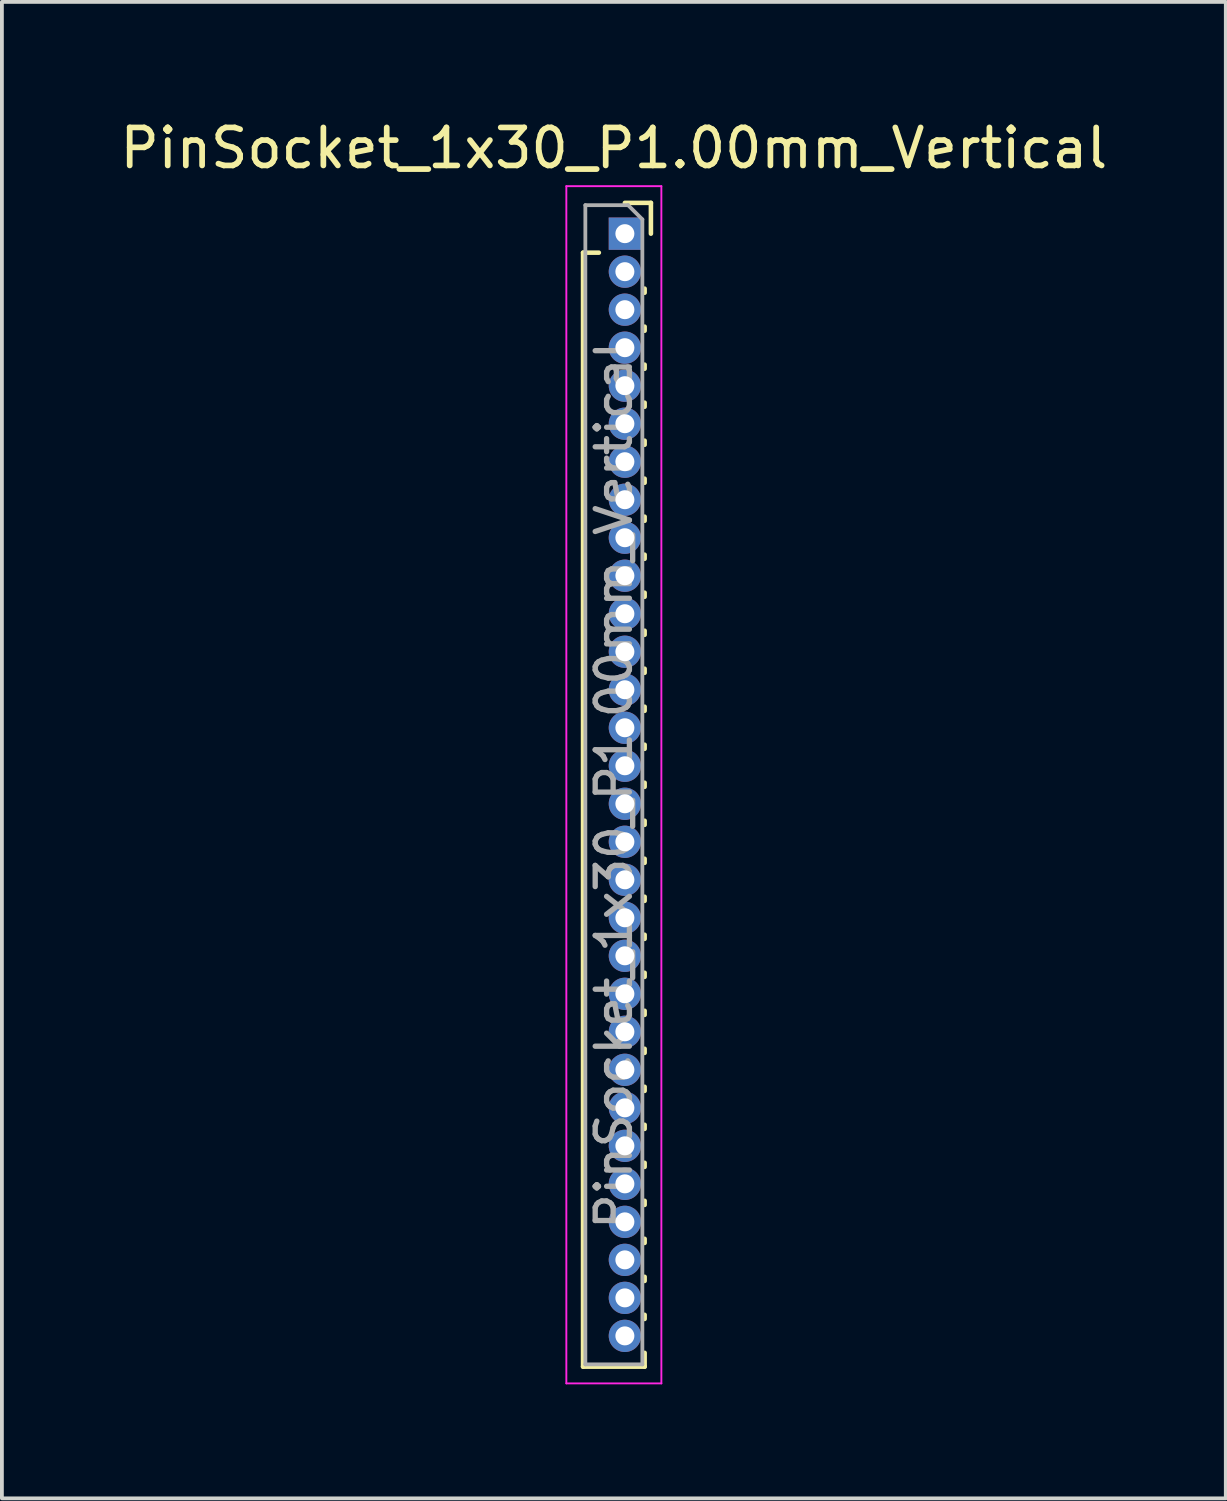
<source format=kicad_pcb>
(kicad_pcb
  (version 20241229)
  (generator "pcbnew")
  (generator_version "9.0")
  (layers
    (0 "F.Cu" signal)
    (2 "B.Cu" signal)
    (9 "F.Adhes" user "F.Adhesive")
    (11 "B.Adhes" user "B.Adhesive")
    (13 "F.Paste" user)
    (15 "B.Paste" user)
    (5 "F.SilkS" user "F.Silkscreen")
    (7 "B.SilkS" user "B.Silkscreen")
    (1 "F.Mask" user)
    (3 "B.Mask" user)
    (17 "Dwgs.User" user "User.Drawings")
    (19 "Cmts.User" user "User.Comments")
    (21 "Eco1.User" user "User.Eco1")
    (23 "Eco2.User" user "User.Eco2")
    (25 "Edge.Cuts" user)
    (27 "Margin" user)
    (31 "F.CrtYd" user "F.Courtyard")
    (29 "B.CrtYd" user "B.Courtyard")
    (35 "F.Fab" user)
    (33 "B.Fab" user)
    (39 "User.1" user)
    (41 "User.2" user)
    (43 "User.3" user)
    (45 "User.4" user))
  (footprint "PinSocket_1x30_P1.00mm_Vertical"
    (layer "F.Cu")
    (at 13.391 3.098)
    (property "Reference" "PinSocket_1x30_P1.00mm_Vertical" (at -0.29 -2.25 0) (layer "F.SilkS") (effects (font (size 1 1) (thickness 0.15))))
    (attr through_hole)
    (fp_line (start -1.1 0.5) (end -1.1 29.81) (stroke (width 0.12) (type solid)) (layer "F.SilkS"))
    (fp_line (start -1.1 0.5) (end -0.685 0.5) (stroke (width 0.12) (type solid)) (layer "F.SilkS"))
    (fp_line (start -1.1 29.81) (end 0.52 29.81) (stroke (width 0.12) (type solid)) (layer "F.SilkS"))
    (fp_line (start 0 -0.81) (end 0.685 -0.81) (stroke (width 0.12) (type solid)) (layer "F.SilkS"))
    (fp_line (start 0.52 1.446) (end 0.52 1.554) (stroke (width 0.12) (type solid)) (layer "F.SilkS"))
    (fp_line (start 0.52 2.446) (end 0.52 2.554) (stroke (width 0.12) (type solid)) (layer "F.SilkS"))
    (fp_line (start 0.52 3.446) (end 0.52 3.554) (stroke (width 0.12) (type solid)) (layer "F.SilkS"))
    (fp_line (start 0.52 4.446) (end 0.52 4.554) (stroke (width 0.12) (type solid)) (layer "F.SilkS"))
    (fp_line (start 0.52 5.446) (end 0.52 5.554) (stroke (width 0.12) (type solid)) (layer "F.SilkS"))
    (fp_line (start 0.52 6.446) (end 0.52 6.554) (stroke (width 0.12) (type solid)) (layer "F.SilkS"))
    (fp_line (start 0.52 7.446) (end 0.52 7.554) (stroke (width 0.12) (type solid)) (layer "F.SilkS"))
    (fp_line (start 0.52 8.446) (end 0.52 8.554) (stroke (width 0.12) (type solid)) (layer "F.SilkS"))
    (fp_line (start 0.52 9.446) (end 0.52 9.554) (stroke (width 0.12) (type solid)) (layer "F.SilkS"))
    (fp_line (start 0.52 10.446) (end 0.52 10.554) (stroke (width 0.12) (type solid)) (layer "F.SilkS"))
    (fp_line (start 0.52 11.446) (end 0.52 11.554) (stroke (width 0.12) (type solid)) (layer "F.SilkS"))
    (fp_line (start 0.52 12.446) (end 0.52 12.554) (stroke (width 0.12) (type solid)) (layer "F.SilkS"))
    (fp_line (start 0.52 13.446) (end 0.52 13.554) (stroke (width 0.12) (type solid)) (layer "F.SilkS"))
    (fp_line (start 0.52 14.446) (end 0.52 14.554) (stroke (width 0.12) (type solid)) (layer "F.SilkS"))
    (fp_line (start 0.52 15.446) (end 0.52 15.554) (stroke (width 0.12) (type solid)) (layer "F.SilkS"))
    (fp_line (start 0.52 16.446) (end 0.52 16.554) (stroke (width 0.12) (type solid)) (layer "F.SilkS"))
    (fp_line (start 0.52 17.446) (end 0.52 17.554) (stroke (width 0.12) (type solid)) (layer "F.SilkS"))
    (fp_line (start 0.52 18.446) (end 0.52 18.554) (stroke (width 0.12) (type solid)) (layer "F.SilkS"))
    (fp_line (start 0.52 19.446) (end 0.52 19.554) (stroke (width 0.12) (type solid)) (layer "F.SilkS"))
    (fp_line (start 0.52 20.446) (end 0.52 20.554) (stroke (width 0.12) (type solid)) (layer "F.SilkS"))
    (fp_line (start 0.52 21.446) (end 0.52 21.554) (stroke (width 0.12) (type solid)) (layer "F.SilkS"))
    (fp_line (start 0.52 22.446) (end 0.52 22.554) (stroke (width 0.12) (type solid)) (layer "F.SilkS"))
    (fp_line (start 0.52 23.446) (end 0.52 23.554) (stroke (width 0.12) (type solid)) (layer "F.SilkS"))
    (fp_line (start 0.52 24.446) (end 0.52 24.554) (stroke (width 0.12) (type solid)) (layer "F.SilkS"))
    (fp_line (start 0.52 25.446) (end 0.52 25.554) (stroke (width 0.12) (type solid)) (layer "F.SilkS"))
    (fp_line (start 0.52 26.446) (end 0.52 26.554) (stroke (width 0.12) (type solid)) (layer "F.SilkS"))
    (fp_line (start 0.52 27.446) (end 0.52 27.554) (stroke (width 0.12) (type solid)) (layer "F.SilkS"))
    (fp_line (start 0.52 28.446) (end 0.52 28.554) (stroke (width 0.12) (type solid)) (layer "F.SilkS"))
    (fp_line (start 0.52 29.446) (end 0.52 29.81) (stroke (width 0.12) (type solid)) (layer "F.SilkS"))
    (fp_line (start 0.685 -0.81) (end 0.685 0) (stroke (width 0.12) (type solid)) (layer "F.SilkS"))
    (fp_line (start -1.54 -1.25) (end 0.96 -1.25) (stroke (width 0.05) (type solid)) (layer "F.CrtYd"))
    (fp_line (start -1.54 30.25) (end -1.54 -1.25) (stroke (width 0.05) (type solid)) (layer "F.CrtYd"))
    (fp_line (start 0.96 -1.25) (end 0.96 30.25) (stroke (width 0.05) (type solid)) (layer "F.CrtYd"))
    (fp_line (start 0.96 30.25) (end -1.54 30.25) (stroke (width 0.05) (type solid)) (layer "F.CrtYd"))
    (fp_line (start -1.04 -0.75) (end 0.085 -0.75) (stroke (width 0.1) (type solid)) (layer "F.Fab"))
    (fp_line (start -1.04 29.75) (end -1.04 -0.75) (stroke (width 0.1) (type solid)) (layer "F.Fab"))
    (fp_line (start 0.085 -0.75) (end 0.46 -0.375) (stroke (width 0.1) (type solid)) (layer "F.Fab"))
    (fp_line (start 0.46 -0.375) (end 0.46 29.75) (stroke (width 0.1) (type solid)) (layer "F.Fab"))
    (fp_line (start 0.46 29.75) (end -1.04 29.75) (stroke (width 0.1) (type solid)) (layer "F.Fab"))
    (fp_text user "${REFERENCE}" (at -0.29 14.5 90) (layer "F.Fab") (effects (font (size 0.9 0.9) (thickness 0.14))))
    (pad "1" thru_hole rect (at 0 0) (size 0.85 0.85) (drill 0.5) (layers "*.Cu" "*.Mask"))
    (pad "2" thru_hole circle (at 0 1) (size 0.85 0.85) (drill 0.5) (layers "*.Cu" "*.Mask"))
    (pad "3" thru_hole circle (at 0 2) (size 0.85 0.85) (drill 0.5) (layers "*.Cu" "*.Mask"))
    (pad "4" thru_hole circle (at 0 3) (size 0.85 0.85) (drill 0.5) (layers "*.Cu" "*.Mask"))
    (pad "5" thru_hole circle (at 0 4) (size 0.85 0.85) (drill 0.5) (layers "*.Cu" "*.Mask"))
    (pad "6" thru_hole circle (at 0 5) (size 0.85 0.85) (drill 0.5) (layers "*.Cu" "*.Mask"))
    (pad "7" thru_hole circle (at 0 6) (size 0.85 0.85) (drill 0.5) (layers "*.Cu" "*.Mask"))
    (pad "8" thru_hole circle (at 0 7) (size 0.85 0.85) (drill 0.5) (layers "*.Cu" "*.Mask"))
    (pad "9" thru_hole circle (at 0 8) (size 0.85 0.85) (drill 0.5) (layers "*.Cu" "*.Mask"))
    (pad "10" thru_hole circle (at 0 9) (size 0.85 0.85) (drill 0.5) (layers "*.Cu" "*.Mask"))
    (pad "11" thru_hole circle (at 0 10) (size 0.85 0.85) (drill 0.5) (layers "*.Cu" "*.Mask"))
    (pad "12" thru_hole circle (at 0 11) (size 0.85 0.85) (drill 0.5) (layers "*.Cu" "*.Mask"))
    (pad "13" thru_hole circle (at 0 12) (size 0.85 0.85) (drill 0.5) (layers "*.Cu" "*.Mask"))
    (pad "14" thru_hole circle (at 0 13) (size 0.85 0.85) (drill 0.5) (layers "*.Cu" "*.Mask"))
    (pad "15" thru_hole circle (at 0 14) (size 0.85 0.85) (drill 0.5) (layers "*.Cu" "*.Mask"))
    (pad "16" thru_hole circle (at 0 15) (size 0.85 0.85) (drill 0.5) (layers "*.Cu" "*.Mask"))
    (pad "17" thru_hole circle (at 0 16) (size 0.85 0.85) (drill 0.5) (layers "*.Cu" "*.Mask"))
    (pad "18" thru_hole circle (at 0 17) (size 0.85 0.85) (drill 0.5) (layers "*.Cu" "*.Mask"))
    (pad "19" thru_hole circle (at 0 18) (size 0.85 0.85) (drill 0.5) (layers "*.Cu" "*.Mask"))
    (pad "20" thru_hole circle (at 0 19) (size 0.85 0.85) (drill 0.5) (layers "*.Cu" "*.Mask"))
    (pad "21" thru_hole circle (at 0 20) (size 0.85 0.85) (drill 0.5) (layers "*.Cu" "*.Mask"))
    (pad "22" thru_hole circle (at 0 21) (size 0.85 0.85) (drill 0.5) (layers "*.Cu" "*.Mask"))
    (pad "23" thru_hole circle (at 0 22) (size 0.85 0.85) (drill 0.5) (layers "*.Cu" "*.Mask"))
    (pad "24" thru_hole circle (at 0 23) (size 0.85 0.85) (drill 0.5) (layers "*.Cu" "*.Mask"))
    (pad "25" thru_hole circle (at 0 24) (size 0.85 0.85) (drill 0.5) (layers "*.Cu" "*.Mask"))
    (pad "26" thru_hole circle (at 0 25) (size 0.85 0.85) (drill 0.5) (layers "*.Cu" "*.Mask"))
    (pad "27" thru_hole circle (at 0 26) (size 0.85 0.85) (drill 0.5) (layers "*.Cu" "*.Mask"))
    (pad "28" thru_hole circle (at 0 27) (size 0.85 0.85) (drill 0.5) (layers "*.Cu" "*.Mask"))
    (pad "29" thru_hole circle (at 0 28) (size 0.85 0.85) (drill 0.5) (layers "*.Cu" "*.Mask"))
    (pad "30" thru_hole circle (at 0 29) (size 0.85 0.85) (drill 0.5) (layers "*.Cu" "*.Mask")))
  (gr_rect
    (start -3 -3)
    (end 29.202 36.373)
    (stroke (width 0.1) (type default))
    (fill no)
    (layer "Edge.Cuts")))
</source>
